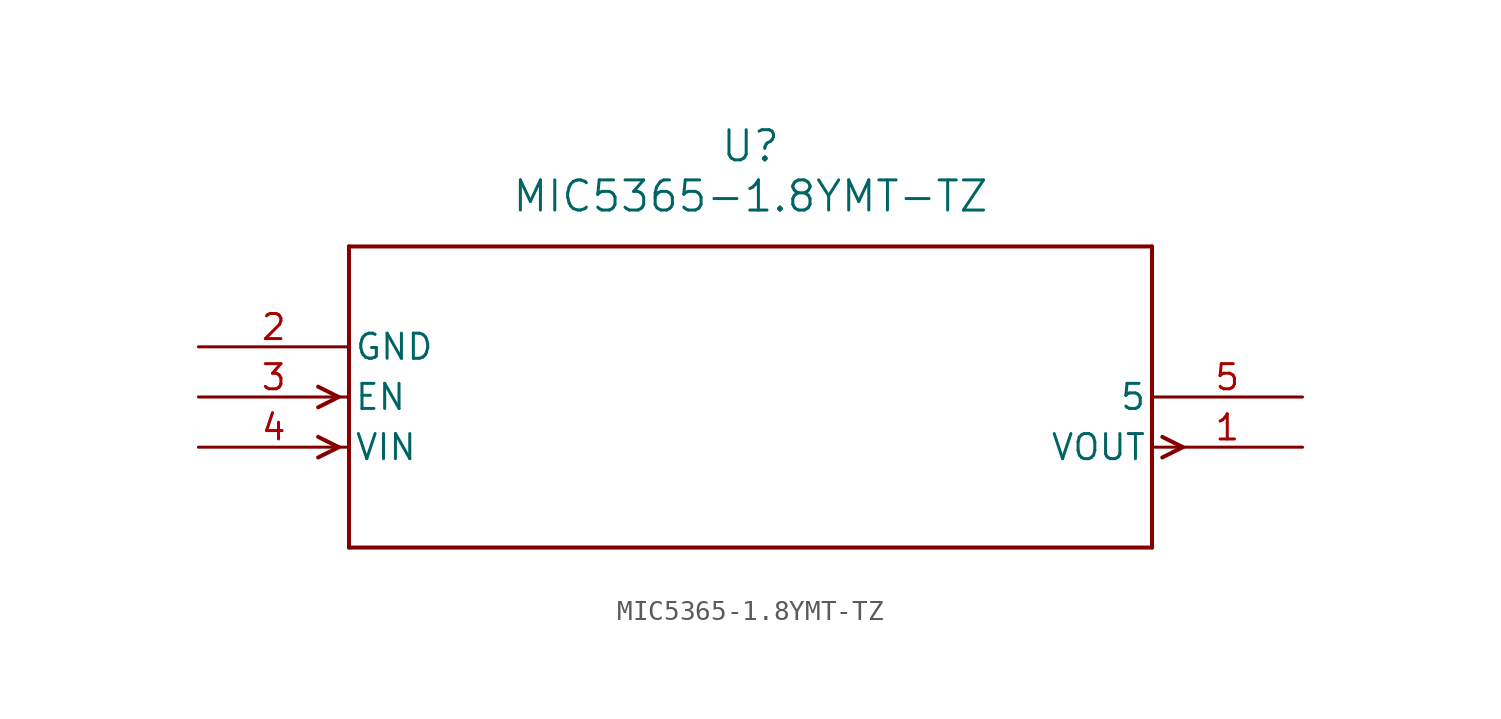
<source format=kicad_sym>
(kicad_symbol_lib
  (version 20211014)
  (generator kicad_symbol_editor)
  (symbol "MIC5365-1.8YMT-TZ"
    (pin_names
      (offset 0.254))
    (property "Reference" "U"
      (at 27.94 10.16 0)
      (effects (font (size 1.524 1.524))))
    (property "Value" "MIC5365-1.8YMT-TZ"
      (at 27.94 7.62 0)
      (effects (font (size 1.524 1.524))))
    (symbol "MIC5365-1.8YMT-TZ_0_1"
      (polyline (pts (xy 7.099 -2.54) (xy 6.058 -2.019)) (stroke (width 0.203) (type default) (color 0 0 0 0)) (fill (type none)))
      (polyline (pts (xy 7.099 -2.54) (xy 6.058 -3.061)) (stroke (width 0.203) (type default) (color 0 0 0 0)) (fill (type none)))
      (polyline (pts (xy 7.099 -5.08) (xy 6.058 -4.559)) (stroke (width 0.203) (type default) (color 0 0 0 0)) (fill (type none)))
      (polyline (pts (xy 7.099 -5.08) (xy 6.058 -5.601)) (stroke (width 0.203) (type default) (color 0 0 0 0)) (fill (type none)))
      (polyline (pts (xy 48.781 -4.559) (xy 49.822 -5.08)) (stroke (width 0.203) (type default) (color 0 0 0 0)) (fill (type none)))
      (polyline (pts (xy 48.781 -5.601) (xy 49.822 -5.08)) (stroke (width 0.203) (type default) (color 0 0 0 0)) (fill (type none)))
      (polyline (pts (xy 7.62 5.08) (xy 7.62 -10.16)) (stroke (width 0.203) (type default) (color 0 0 0 0)) (fill (type none)))
      (polyline (pts (xy 7.62 -10.16) (xy 48.26 -10.16)) (stroke (width 0.203) (type default) (color 0 0 0 0)) (fill (type none)))
      (polyline (pts (xy 48.26 -10.16) (xy 48.26 5.08)) (stroke (width 0.203) (type default) (color 0 0 0 0)) (fill (type none)))
      (polyline (pts (xy 48.26 5.08) (xy 7.62 5.08)) (stroke (width 0.203) (type default) (color 0 0 0 0)) (fill (type none)))
      (pin output line (at 55.88 -5.08 180) (length 7.62) (name "VOUT" (effects (font (size 1.27 1.27)))) (number "1" (effects (font (size 1.27 1.27)))))
      (pin power_in line (at 0 0 0) (length 7.62) (name "GND" (effects (font (size 1.27 1.27)))) (number "2" (effects (font (size 1.27 1.27)))))
      (pin input line (at 0 -2.54 0) (length 7.62) (name "EN" (effects (font (size 1.27 1.27)))) (number "3" (effects (font (size 1.27 1.27)))))
      (pin input line (at 0 -5.08 0) (length 7.62) (name "VIN" (effects (font (size 1.27 1.27)))) (number "4" (effects (font (size 1.27 1.27)))))
      (pin unspecified line (at 55.88 -2.54 180) (length 7.62) (name "5" (effects (font (size 1.27 1.27)))) (number "5" (effects (font (size 1.27 1.27))))))))
</source>
